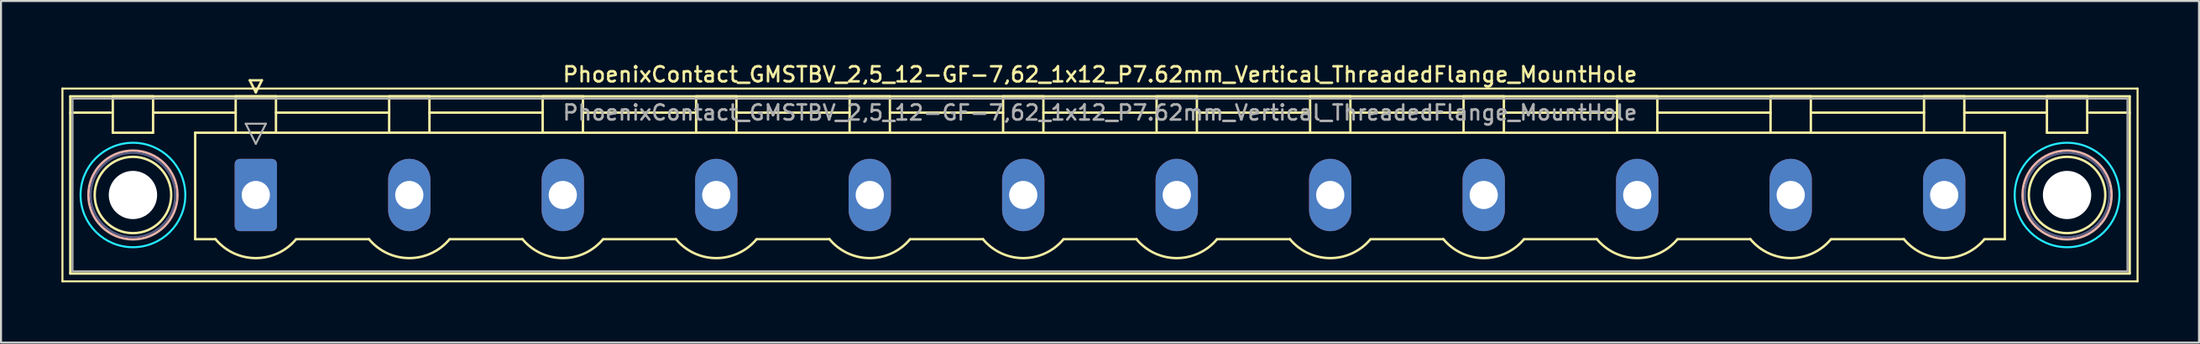
<source format=kicad_pcb>
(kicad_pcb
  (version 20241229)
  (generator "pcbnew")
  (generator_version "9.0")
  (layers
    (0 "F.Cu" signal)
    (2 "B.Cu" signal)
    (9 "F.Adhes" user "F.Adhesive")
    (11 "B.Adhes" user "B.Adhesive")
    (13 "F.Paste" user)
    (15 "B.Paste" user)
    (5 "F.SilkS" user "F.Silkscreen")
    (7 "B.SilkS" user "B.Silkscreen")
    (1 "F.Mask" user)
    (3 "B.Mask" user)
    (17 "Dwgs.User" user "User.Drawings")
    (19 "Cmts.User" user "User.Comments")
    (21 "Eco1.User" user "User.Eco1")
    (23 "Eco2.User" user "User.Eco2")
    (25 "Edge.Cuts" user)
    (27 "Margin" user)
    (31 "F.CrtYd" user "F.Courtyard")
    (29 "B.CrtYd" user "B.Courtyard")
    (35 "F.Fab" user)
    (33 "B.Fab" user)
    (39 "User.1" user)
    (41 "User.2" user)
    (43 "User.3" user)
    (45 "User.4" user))
  (footprint "PhoenixContact_GMSTBV_2,5_12-GF-7,62_1x12_P7.62mm_Vertical_ThreadedFlange_MountHole"
    (layer "F.Cu")
    (at 9.65 6.658)
    (property "Reference" "PhoenixContact_GMSTBV_2,5_12-GF-7,62_1x12_P7.62mm_Vertical_ThreadedFlange_MountHole" (at 41.91 -6 0) (layer "F.SilkS") (effects (font (size 0.75 0.75) (thickness 0.125))))
    (attr through_hole)
    (fp_line (start -9.6 -5.3) (end -9.6 4.3) (stroke (width 0.1) (type solid)) (layer "F.SilkS"))
    (fp_line (start -9.6 4.3) (end 93.42 4.3) (stroke (width 0.1) (type solid)) (layer "F.SilkS"))
    (fp_line (start -9.21 -4.91) (end -9.21 3.91) (stroke (width 0.12) (type solid)) (layer "F.SilkS"))
    (fp_line (start -9.21 -4.1) (end -7.21 -4.1) (stroke (width 0.12) (type solid)) (layer "F.SilkS"))
    (fp_line (start -9.21 3.91) (end 93.03 3.91) (stroke (width 0.12) (type solid)) (layer "F.SilkS"))
    (fp_line (start -7.1 -4.91) (end -5.1 -4.91) (stroke (width 0.12) (type solid)) (layer "F.SilkS"))
    (fp_line (start -7.1 -3.1) (end -7.1 -4.91) (stroke (width 0.12) (type solid)) (layer "F.SilkS"))
    (fp_line (start -5.1 -4.91) (end -5.1 -3.1) (stroke (width 0.12) (type solid)) (layer "F.SilkS"))
    (fp_line (start -5.1 -4.1) (end -1 -4.1) (stroke (width 0.12) (type solid)) (layer "F.SilkS"))
    (fp_line (start -5.1 -3.1) (end -7.1 -3.1) (stroke (width 0.12) (type solid)) (layer "F.SilkS"))
    (fp_line (start -3.01 -3.1) (end 86.83 -3.1) (stroke (width 0.12) (type solid)) (layer "F.SilkS"))
    (fp_line (start -3.01 2.2) (end -3.01 -3.1) (stroke (width 0.12) (type solid)) (layer "F.SilkS"))
    (fp_line (start -2 2.2) (end -3.01 2.2) (stroke (width 0.12) (type solid)) (layer "F.SilkS"))
    (fp_line (start -1 -4.91) (end 1 -4.91) (stroke (width 0.12) (type solid)) (layer "F.SilkS"))
    (fp_line (start -1 -3.1) (end -1 -4.91) (stroke (width 0.12) (type solid)) (layer "F.SilkS"))
    (fp_line (start -0.3 -5.71) (end 0.3 -5.71) (stroke (width 0.12) (type solid)) (layer "F.SilkS"))
    (fp_line (start 0 -5.11) (end -0.3 -5.71) (stroke (width 0.12) (type solid)) (layer "F.SilkS"))
    (fp_line (start 0.3 -5.71) (end 0 -5.11) (stroke (width 0.12) (type solid)) (layer "F.SilkS"))
    (fp_line (start 1 -4.91) (end 1 -3.1) (stroke (width 0.12) (type solid)) (layer "F.SilkS"))
    (fp_line (start 1 -4.1) (end 6.62 -4.1) (stroke (width 0.12) (type solid)) (layer "F.SilkS"))
    (fp_line (start 1 -3.1) (end -1 -3.1) (stroke (width 0.12) (type solid)) (layer "F.SilkS"))
    (fp_line (start 2 2.2) (end 5.62 2.2) (stroke (width 0.12) (type solid)) (layer "F.SilkS"))
    (fp_line (start 6.62 -4.91) (end 8.62 -4.91) (stroke (width 0.12) (type solid)) (layer "F.SilkS"))
    (fp_line (start 6.62 -3.1) (end 6.62 -4.91) (stroke (width 0.12) (type solid)) (layer "F.SilkS"))
    (fp_line (start 8.62 -4.91) (end 8.62 -3.1) (stroke (width 0.12) (type solid)) (layer "F.SilkS"))
    (fp_line (start 8.62 -4.1) (end 14.24 -4.1) (stroke (width 0.12) (type solid)) (layer "F.SilkS"))
    (fp_line (start 8.62 -3.1) (end 6.62 -3.1) (stroke (width 0.12) (type solid)) (layer "F.SilkS"))
    (fp_line (start 9.62 2.2) (end 13.24 2.2) (stroke (width 0.12) (type solid)) (layer "F.SilkS"))
    (fp_line (start 14.24 -4.91) (end 16.24 -4.91) (stroke (width 0.12) (type solid)) (layer "F.SilkS"))
    (fp_line (start 14.24 -3.1) (end 14.24 -4.91) (stroke (width 0.12) (type solid)) (layer "F.SilkS"))
    (fp_line (start 16.24 -4.91) (end 16.24 -3.1) (stroke (width 0.12) (type solid)) (layer "F.SilkS"))
    (fp_line (start 16.24 -4.1) (end 21.86 -4.1) (stroke (width 0.12) (type solid)) (layer "F.SilkS"))
    (fp_line (start 16.24 -3.1) (end 14.24 -3.1) (stroke (width 0.12) (type solid)) (layer "F.SilkS"))
    (fp_line (start 17.24 2.2) (end 20.86 2.2) (stroke (width 0.12) (type solid)) (layer "F.SilkS"))
    (fp_line (start 21.86 -4.91) (end 23.86 -4.91) (stroke (width 0.12) (type solid)) (layer "F.SilkS"))
    (fp_line (start 21.86 -3.1) (end 21.86 -4.91) (stroke (width 0.12) (type solid)) (layer "F.SilkS"))
    (fp_line (start 23.86 -4.91) (end 23.86 -3.1) (stroke (width 0.12) (type solid)) (layer "F.SilkS"))
    (fp_line (start 23.86 -4.1) (end 29.48 -4.1) (stroke (width 0.12) (type solid)) (layer "F.SilkS"))
    (fp_line (start 23.86 -3.1) (end 21.86 -3.1) (stroke (width 0.12) (type solid)) (layer "F.SilkS"))
    (fp_line (start 24.86 2.2) (end 28.48 2.2) (stroke (width 0.12) (type solid)) (layer "F.SilkS"))
    (fp_line (start 29.48 -4.91) (end 31.48 -4.91) (stroke (width 0.12) (type solid)) (layer "F.SilkS"))
    (fp_line (start 29.48 -3.1) (end 29.48 -4.91) (stroke (width 0.12) (type solid)) (layer "F.SilkS"))
    (fp_line (start 31.48 -4.91) (end 31.48 -3.1) (stroke (width 0.12) (type solid)) (layer "F.SilkS"))
    (fp_line (start 31.48 -4.1) (end 37.1 -4.1) (stroke (width 0.12) (type solid)) (layer "F.SilkS"))
    (fp_line (start 31.48 -3.1) (end 29.48 -3.1) (stroke (width 0.12) (type solid)) (layer "F.SilkS"))
    (fp_line (start 32.48 2.2) (end 36.1 2.2) (stroke (width 0.12) (type solid)) (layer "F.SilkS"))
    (fp_line (start 37.1 -4.91) (end 39.1 -4.91) (stroke (width 0.12) (type solid)) (layer "F.SilkS"))
    (fp_line (start 37.1 -3.1) (end 37.1 -4.91) (stroke (width 0.12) (type solid)) (layer "F.SilkS"))
    (fp_line (start 39.1 -4.91) (end 39.1 -3.1) (stroke (width 0.12) (type solid)) (layer "F.SilkS"))
    (fp_line (start 39.1 -4.1) (end 44.72 -4.1) (stroke (width 0.12) (type solid)) (layer "F.SilkS"))
    (fp_line (start 39.1 -3.1) (end 37.1 -3.1) (stroke (width 0.12) (type solid)) (layer "F.SilkS"))
    (fp_line (start 40.1 2.2) (end 43.72 2.2) (stroke (width 0.12) (type solid)) (layer "F.SilkS"))
    (fp_line (start 44.72 -4.91) (end 46.72 -4.91) (stroke (width 0.12) (type solid)) (layer "F.SilkS"))
    (fp_line (start 44.72 -3.1) (end 44.72 -4.91) (stroke (width 0.12) (type solid)) (layer "F.SilkS"))
    (fp_line (start 46.72 -4.91) (end 46.72 -3.1) (stroke (width 0.12) (type solid)) (layer "F.SilkS"))
    (fp_line (start 46.72 -4.1) (end 52.34 -4.1) (stroke (width 0.12) (type solid)) (layer "F.SilkS"))
    (fp_line (start 46.72 -3.1) (end 44.72 -3.1) (stroke (width 0.12) (type solid)) (layer "F.SilkS"))
    (fp_line (start 47.72 2.2) (end 51.34 2.2) (stroke (width 0.12) (type solid)) (layer "F.SilkS"))
    (fp_line (start 52.34 -4.91) (end 54.34 -4.91) (stroke (width 0.12) (type solid)) (layer "F.SilkS"))
    (fp_line (start 52.34 -3.1) (end 52.34 -4.91) (stroke (width 0.12) (type solid)) (layer "F.SilkS"))
    (fp_line (start 54.34 -4.91) (end 54.34 -3.1) (stroke (width 0.12) (type solid)) (layer "F.SilkS"))
    (fp_line (start 54.34 -4.1) (end 59.96 -4.1) (stroke (width 0.12) (type solid)) (layer "F.SilkS"))
    (fp_line (start 54.34 -3.1) (end 52.34 -3.1) (stroke (width 0.12) (type solid)) (layer "F.SilkS"))
    (fp_line (start 55.34 2.2) (end 58.96 2.2) (stroke (width 0.12) (type solid)) (layer "F.SilkS"))
    (fp_line (start 59.96 -4.91) (end 61.96 -4.91) (stroke (width 0.12) (type solid)) (layer "F.SilkS"))
    (fp_line (start 59.96 -3.1) (end 59.96 -4.91) (stroke (width 0.12) (type solid)) (layer "F.SilkS"))
    (fp_line (start 61.96 -4.91) (end 61.96 -3.1) (stroke (width 0.12) (type solid)) (layer "F.SilkS"))
    (fp_line (start 61.96 -4.1) (end 67.58 -4.1) (stroke (width 0.12) (type solid)) (layer "F.SilkS"))
    (fp_line (start 61.96 -3.1) (end 59.96 -3.1) (stroke (width 0.12) (type solid)) (layer "F.SilkS"))
    (fp_line (start 62.96 2.2) (end 66.58 2.2) (stroke (width 0.12) (type solid)) (layer "F.SilkS"))
    (fp_line (start 67.58 -4.91) (end 69.58 -4.91) (stroke (width 0.12) (type solid)) (layer "F.SilkS"))
    (fp_line (start 67.58 -3.1) (end 67.58 -4.91) (stroke (width 0.12) (type solid)) (layer "F.SilkS"))
    (fp_line (start 69.58 -4.91) (end 69.58 -3.1) (stroke (width 0.12) (type solid)) (layer "F.SilkS"))
    (fp_line (start 69.58 -4.1) (end 75.2 -4.1) (stroke (width 0.12) (type solid)) (layer "F.SilkS"))
    (fp_line (start 69.58 -3.1) (end 67.58 -3.1) (stroke (width 0.12) (type solid)) (layer "F.SilkS"))
    (fp_line (start 70.58 2.2) (end 74.2 2.2) (stroke (width 0.12) (type solid)) (layer "F.SilkS"))
    (fp_line (start 75.2 -4.91) (end 77.2 -4.91) (stroke (width 0.12) (type solid)) (layer "F.SilkS"))
    (fp_line (start 75.2 -3.1) (end 75.2 -4.91) (stroke (width 0.12) (type solid)) (layer "F.SilkS"))
    (fp_line (start 77.2 -4.91) (end 77.2 -3.1) (stroke (width 0.12) (type solid)) (layer "F.SilkS"))
    (fp_line (start 77.2 -4.1) (end 82.82 -4.1) (stroke (width 0.12) (type solid)) (layer "F.SilkS"))
    (fp_line (start 77.2 -3.1) (end 75.2 -3.1) (stroke (width 0.12) (type solid)) (layer "F.SilkS"))
    (fp_line (start 78.2 2.2) (end 81.82 2.2) (stroke (width 0.12) (type solid)) (layer "F.SilkS"))
    (fp_line (start 82.82 -4.91) (end 84.82 -4.91) (stroke (width 0.12) (type solid)) (layer "F.SilkS"))
    (fp_line (start 82.82 -3.1) (end 82.82 -4.91) (stroke (width 0.12) (type solid)) (layer "F.SilkS"))
    (fp_line (start 84.82 -4.91) (end 84.82 -3.1) (stroke (width 0.12) (type solid)) (layer "F.SilkS"))
    (fp_line (start 84.82 -4.1) (end 88.92 -4.1) (stroke (width 0.12) (type solid)) (layer "F.SilkS"))
    (fp_line (start 84.82 -3.1) (end 82.82 -3.1) (stroke (width 0.12) (type solid)) (layer "F.SilkS"))
    (fp_line (start 86.83 -3.1) (end 86.83 2.2) (stroke (width 0.12) (type solid)) (layer "F.SilkS"))
    (fp_line (start 86.83 2.2) (end 85.82 2.2) (stroke (width 0.12) (type solid)) (layer "F.SilkS"))
    (fp_line (start 88.92 -4.91) (end 90.92 -4.91) (stroke (width 0.12) (type solid)) (layer "F.SilkS"))
    (fp_line (start 88.92 -3.1) (end 88.92 -4.91) (stroke (width 0.12) (type solid)) (layer "F.SilkS"))
    (fp_line (start 90.92 -4.91) (end 90.92 -3.1) (stroke (width 0.12) (type solid)) (layer "F.SilkS"))
    (fp_line (start 90.92 -3.1) (end 88.92 -3.1) (stroke (width 0.12) (type solid)) (layer "F.SilkS"))
    (fp_line (start 93.03 -4.91) (end -9.21 -4.91) (stroke (width 0.12) (type solid)) (layer "F.SilkS"))
    (fp_line (start 93.03 -4.1) (end 91.03 -4.1) (stroke (width 0.12) (type solid)) (layer "F.SilkS"))
    (fp_line (start 93.03 3.91) (end 93.03 -4.91) (stroke (width 0.12) (type solid)) (layer "F.SilkS"))
    (fp_line (start 93.42 -5.3) (end -9.6 -5.3) (stroke (width 0.1) (type solid)) (layer "F.SilkS"))
    (fp_line (start 93.42 4.3) (end 93.42 -5.3) (stroke (width 0.1) (type solid)) (layer "F.SilkS"))
    (fp_arc (start 1.986842 2.215821) (mid -0.010289 3.142758) (end -2 2.2) (stroke (width 0.12) (type solid)) (layer "F.SilkS"))
    (fp_arc (start 9.606842 2.215821) (mid 7.609711 3.142758) (end 5.62 2.2) (stroke (width 0.12) (type solid)) (layer "F.SilkS"))
    (fp_arc (start 17.226842 2.215821) (mid 15.229711 3.142758) (end 13.24 2.2) (stroke (width 0.12) (type solid)) (layer "F.SilkS"))
    (fp_arc (start 24.846842 2.215821) (mid 22.849711 3.142758) (end 20.86 2.2) (stroke (width 0.12) (type solid)) (layer "F.SilkS"))
    (fp_arc (start 32.466842 2.215821) (mid 30.469711 3.142758) (end 28.48 2.2) (stroke (width 0.12) (type solid)) (layer "F.SilkS"))
    (fp_arc (start 40.086842 2.215821) (mid 38.089711 3.142758) (end 36.1 2.2) (stroke (width 0.12) (type solid)) (layer "F.SilkS"))
    (fp_arc (start 47.706842 2.215821) (mid 45.709711 3.142758) (end 43.72 2.2) (stroke (width 0.12) (type solid)) (layer "F.SilkS"))
    (fp_arc (start 55.326842 2.215821) (mid 53.329711 3.142758) (end 51.34 2.2) (stroke (width 0.12) (type solid)) (layer "F.SilkS"))
    (fp_arc (start 62.946842 2.215821) (mid 60.949711 3.142758) (end 58.96 2.2) (stroke (width 0.12) (type solid)) (layer "F.SilkS"))
    (fp_arc (start 70.566842 2.215821) (mid 68.569711 3.142758) (end 66.58 2.2) (stroke (width 0.12) (type solid)) (layer "F.SilkS"))
    (fp_arc (start 78.186842 2.215821) (mid 76.189711 3.142758) (end 74.2 2.2) (stroke (width 0.12) (type solid)) (layer "F.SilkS"))
    (fp_arc (start 85.806842 2.215821) (mid 83.809711 3.142758) (end 81.82 2.2) (stroke (width 0.12) (type solid)) (layer "F.SilkS"))
    (fp_circle (center -6.1 0) (end -4.2 0) (stroke (width 0.12) (type solid)) (fill no) (layer "F.SilkS"))
    (fp_circle (center 89.92 0) (end 91.82 0) (stroke (width 0.12) (type solid)) (fill no) (layer "F.SilkS"))
    (fp_circle (center -6.1 0) (end -3.89 0) (stroke (width 0.12) (type solid)) (fill no) (layer "B.SilkS"))
    (fp_circle (center 89.92 0) (end 92.13 0) (stroke (width 0.12) (type solid)) (fill no) (layer "B.SilkS"))
    (fp_circle (center -6.1 0) (end -3.5 0) (stroke (width 0.1) (type solid)) (fill no) (layer "B.CrtYd"))
    (fp_circle (center 89.92 0) (end 92.52 0) (stroke (width 0.1) (type solid)) (fill no) (layer "B.CrtYd"))
    (fp_circle (center -6.1 0) (end -4 0) (stroke (width 0.1) (type solid)) (fill no) (layer "B.Fab"))
    (fp_circle (center 89.92 0) (end 92.02 0) (stroke (width 0.1) (type solid)) (fill no) (layer "B.Fab"))
    (fp_line (start -9.1 -4.8) (end -9.1 3.8) (stroke (width 0.1) (type solid)) (layer "F.Fab"))
    (fp_line (start -9.1 3.8) (end 92.92 3.8) (stroke (width 0.1) (type solid)) (layer "F.Fab"))
    (fp_line (start -0.5 -3.55) (end 0.5 -3.55) (stroke (width 0.1) (type solid)) (layer "F.Fab"))
    (fp_line (start 0 -2.55) (end -0.5 -3.55) (stroke (width 0.1) (type solid)) (layer "F.Fab"))
    (fp_line (start 0.5 -3.55) (end 0 -2.55) (stroke (width 0.1) (type solid)) (layer "F.Fab"))
    (fp_line (start 92.92 -4.8) (end -9.1 -4.8) (stroke (width 0.1) (type solid)) (layer "F.Fab"))
    (fp_line (start 92.92 3.8) (end 92.92 -4.8) (stroke (width 0.1) (type solid)) (layer "F.Fab"))
    (fp_text user "${REFERENCE}" (at 41.91 -4.1 0) (layer "F.Fab") (effects (font (size 0.75 0.75) (thickness 0.125))))
    (pad "" np_thru_hole circle (at -6.1 0) (size 2.4 2.4) (drill 2.4) (layers "*.Cu" "*.Mask"))
    (pad "" np_thru_hole circle (at 89.92 0) (size 2.4 2.4) (drill 2.4) (layers "*.Cu" "*.Mask"))
    (pad "1" thru_hole roundrect (at 0 0) (size 2.1 3.6) (drill 1.4) (layers "*.Cu" "*.Mask") (roundrect_rratio 0.119))
    (pad "2" thru_hole oval (at 7.62 0) (size 2.1 3.6) (drill 1.4) (layers "*.Cu" "*.Mask"))
    (pad "3" thru_hole oval (at 15.24 0) (size 2.1 3.6) (drill 1.4) (layers "*.Cu" "*.Mask"))
    (pad "4" thru_hole oval (at 22.86 0) (size 2.1 3.6) (drill 1.4) (layers "*.Cu" "*.Mask"))
    (pad "5" thru_hole oval (at 30.48 0) (size 2.1 3.6) (drill 1.4) (layers "*.Cu" "*.Mask"))
    (pad "6" thru_hole oval (at 38.1 0) (size 2.1 3.6) (drill 1.4) (layers "*.Cu" "*.Mask"))
    (pad "7" thru_hole oval (at 45.72 0) (size 2.1 3.6) (drill 1.4) (layers "*.Cu" "*.Mask"))
    (pad "8" thru_hole oval (at 53.34 0) (size 2.1 3.6) (drill 1.4) (layers "*.Cu" "*.Mask"))
    (pad "9" thru_hole oval (at 60.96 0) (size 2.1 3.6) (drill 1.4) (layers "*.Cu" "*.Mask"))
    (pad "10" thru_hole oval (at 68.58 0) (size 2.1 3.6) (drill 1.4) (layers "*.Cu" "*.Mask"))
    (pad "11" thru_hole oval (at 76.2 0) (size 2.1 3.6) (drill 1.4) (layers "*.Cu" "*.Mask"))
    (pad "12" thru_hole oval (at 83.82 0) (size 2.1 3.6) (drill 1.4) (layers "*.Cu" "*.Mask")))
  (gr_rect
    (start -3 -3)
    (end 106.12 14.008)
    (stroke (width 0.1) (type default))
    (fill no)
    (layer "Edge.Cuts")))
</source>
